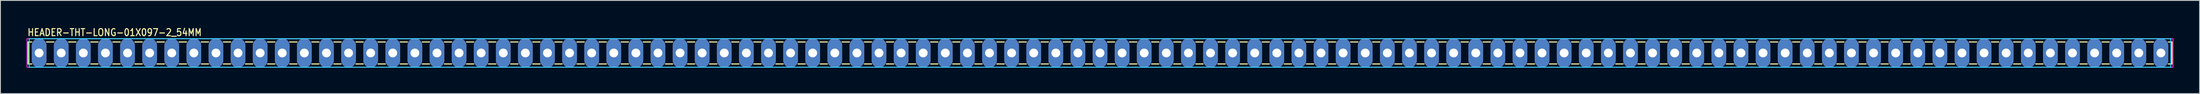
<source format=kicad_pcb>
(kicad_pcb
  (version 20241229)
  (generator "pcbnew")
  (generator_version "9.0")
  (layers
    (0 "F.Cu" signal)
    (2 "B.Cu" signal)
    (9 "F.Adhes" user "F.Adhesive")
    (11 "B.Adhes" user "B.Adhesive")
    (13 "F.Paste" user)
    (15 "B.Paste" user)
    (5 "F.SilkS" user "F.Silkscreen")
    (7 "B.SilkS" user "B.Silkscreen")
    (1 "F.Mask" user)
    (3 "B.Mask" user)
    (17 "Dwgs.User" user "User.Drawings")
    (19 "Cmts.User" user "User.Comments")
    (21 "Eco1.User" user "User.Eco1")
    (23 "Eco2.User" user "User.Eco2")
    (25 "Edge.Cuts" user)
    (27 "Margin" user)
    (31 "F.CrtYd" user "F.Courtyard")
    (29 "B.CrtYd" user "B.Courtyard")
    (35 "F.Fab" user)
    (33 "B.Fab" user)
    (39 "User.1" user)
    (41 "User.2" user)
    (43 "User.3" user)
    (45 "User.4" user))
  (footprint "HEADER-THT-LONG-01X097-2_54MM"
    (layer "F.Cu")
    (at 1.447 3.079)
    (property "Reference" "HEADER-THT-LONG-01X097-2_54MM" (at -1.4 -1.9 0) (unlocked yes) (layer "F.SilkS") (effects (font (size 0.813 0.695) (thickness 0.122)) (justify left bottom)))
    (fp_line (start -1.27 -1.27) (end -1.27 1.27) (stroke (width 0.127) (type solid)) (layer "F.SilkS"))
    (fp_line (start -1.27 1.27) (end -0.85 1.27) (stroke (width 0.127) (type solid)) (layer "F.SilkS"))
    (fp_line (start -0.85 -1.27) (end -1.27 -1.27) (stroke (width 0.127) (type solid)) (layer "F.SilkS"))
    (fp_line (start 0.85 -1.27) (end 1.69 -1.27) (stroke (width 0.127) (type solid)) (layer "F.SilkS"))
    (fp_line (start 0.85 1.27) (end 1.69 1.27) (stroke (width 0.127) (type solid)) (layer "F.SilkS"))
    (fp_line (start 3.39 -1.27) (end 4.23 -1.27) (stroke (width 0.127) (type solid)) (layer "F.SilkS"))
    (fp_line (start 3.39 1.27) (end 4.23 1.27) (stroke (width 0.127) (type solid)) (layer "F.SilkS"))
    (fp_line (start 5.93 -1.27) (end 6.77 -1.27) (stroke (width 0.127) (type solid)) (layer "F.SilkS"))
    (fp_line (start 5.93 1.27) (end 6.77 1.27) (stroke (width 0.127) (type solid)) (layer "F.SilkS"))
    (fp_line (start 8.47 -1.27) (end 9.31 -1.27) (stroke (width 0.127) (type solid)) (layer "F.SilkS"))
    (fp_line (start 8.47 1.27) (end 9.31 1.27) (stroke (width 0.127) (type solid)) (layer "F.SilkS"))
    (fp_line (start 11.01 -1.27) (end 11.85 -1.27) (stroke (width 0.127) (type solid)) (layer "F.SilkS"))
    (fp_line (start 11.01 1.27) (end 11.85 1.27) (stroke (width 0.127) (type solid)) (layer "F.SilkS"))
    (fp_line (start 13.55 -1.27) (end 14.39 -1.27) (stroke (width 0.127) (type solid)) (layer "F.SilkS"))
    (fp_line (start 13.55 1.27) (end 14.39 1.27) (stroke (width 0.127) (type solid)) (layer "F.SilkS"))
    (fp_line (start 16.09 -1.27) (end 16.93 -1.27) (stroke (width 0.127) (type solid)) (layer "F.SilkS"))
    (fp_line (start 16.09 1.27) (end 16.93 1.27) (stroke (width 0.127) (type solid)) (layer "F.SilkS"))
    (fp_line (start 18.63 -1.27) (end 19.47 -1.27) (stroke (width 0.127) (type solid)) (layer "F.SilkS"))
    (fp_line (start 18.63 1.27) (end 19.47 1.27) (stroke (width 0.127) (type solid)) (layer "F.SilkS"))
    (fp_line (start 21.17 -1.27) (end 22.01 -1.27) (stroke (width 0.127) (type solid)) (layer "F.SilkS"))
    (fp_line (start 21.17 1.27) (end 22.01 1.27) (stroke (width 0.127) (type solid)) (layer "F.SilkS"))
    (fp_line (start 23.71 -1.27) (end 24.55 -1.27) (stroke (width 0.127) (type solid)) (layer "F.SilkS"))
    (fp_line (start 23.71 1.27) (end 24.55 1.27) (stroke (width 0.127) (type solid)) (layer "F.SilkS"))
    (fp_line (start 26.25 -1.27) (end 27.09 -1.27) (stroke (width 0.127) (type solid)) (layer "F.SilkS"))
    (fp_line (start 26.25 1.27) (end 27.09 1.27) (stroke (width 0.127) (type solid)) (layer "F.SilkS"))
    (fp_line (start 28.79 -1.27) (end 29.63 -1.27) (stroke (width 0.127) (type solid)) (layer "F.SilkS"))
    (fp_line (start 28.79 1.27) (end 29.63 1.27) (stroke (width 0.127) (type solid)) (layer "F.SilkS"))
    (fp_line (start 31.33 -1.27) (end 32.17 -1.27) (stroke (width 0.127) (type solid)) (layer "F.SilkS"))
    (fp_line (start 31.33 1.27) (end 32.17 1.27) (stroke (width 0.127) (type solid)) (layer "F.SilkS"))
    (fp_line (start 33.87 -1.27) (end 34.71 -1.27) (stroke (width 0.127) (type solid)) (layer "F.SilkS"))
    (fp_line (start 33.87 1.27) (end 34.71 1.27) (stroke (width 0.127) (type solid)) (layer "F.SilkS"))
    (fp_line (start 36.41 -1.27) (end 37.25 -1.27) (stroke (width 0.127) (type solid)) (layer "F.SilkS"))
    (fp_line (start 36.41 1.27) (end 37.25 1.27) (stroke (width 0.127) (type solid)) (layer "F.SilkS"))
    (fp_line (start 38.95 -1.27) (end 39.79 -1.27) (stroke (width 0.127) (type solid)) (layer "F.SilkS"))
    (fp_line (start 38.95 1.27) (end 39.79 1.27) (stroke (width 0.127) (type solid)) (layer "F.SilkS"))
    (fp_line (start 41.49 -1.27) (end 42.33 -1.27) (stroke (width 0.127) (type solid)) (layer "F.SilkS"))
    (fp_line (start 41.49 1.27) (end 42.33 1.27) (stroke (width 0.127) (type solid)) (layer "F.SilkS"))
    (fp_line (start 44.03 -1.27) (end 44.87 -1.27) (stroke (width 0.127) (type solid)) (layer "F.SilkS"))
    (fp_line (start 44.03 1.27) (end 44.87 1.27) (stroke (width 0.127) (type solid)) (layer "F.SilkS"))
    (fp_line (start 46.57 -1.27) (end 47.41 -1.27) (stroke (width 0.127) (type solid)) (layer "F.SilkS"))
    (fp_line (start 46.57 1.27) (end 47.41 1.27) (stroke (width 0.127) (type solid)) (layer "F.SilkS"))
    (fp_line (start 49.11 -1.27) (end 49.95 -1.27) (stroke (width 0.127) (type solid)) (layer "F.SilkS"))
    (fp_line (start 49.11 1.27) (end 49.95 1.27) (stroke (width 0.127) (type solid)) (layer "F.SilkS"))
    (fp_line (start 51.65 -1.27) (end 52.49 -1.27) (stroke (width 0.127) (type solid)) (layer "F.SilkS"))
    (fp_line (start 51.65 1.27) (end 52.49 1.27) (stroke (width 0.127) (type solid)) (layer "F.SilkS"))
    (fp_line (start 54.19 -1.27) (end 55.03 -1.27) (stroke (width 0.127) (type solid)) (layer "F.SilkS"))
    (fp_line (start 54.19 1.27) (end 55.03 1.27) (stroke (width 0.127) (type solid)) (layer "F.SilkS"))
    (fp_line (start 56.73 -1.27) (end 57.57 -1.27) (stroke (width 0.127) (type solid)) (layer "F.SilkS"))
    (fp_line (start 56.73 1.27) (end 57.57 1.27) (stroke (width 0.127) (type solid)) (layer "F.SilkS"))
    (fp_line (start 59.27 -1.27) (end 60.11 -1.27) (stroke (width 0.127) (type solid)) (layer "F.SilkS"))
    (fp_line (start 59.27 1.27) (end 60.11 1.27) (stroke (width 0.127) (type solid)) (layer "F.SilkS"))
    (fp_line (start 61.81 -1.27) (end 62.65 -1.27) (stroke (width 0.127) (type solid)) (layer "F.SilkS"))
    (fp_line (start 61.81 1.27) (end 62.65 1.27) (stroke (width 0.127) (type solid)) (layer "F.SilkS"))
    (fp_line (start 64.35 -1.27) (end 65.19 -1.27) (stroke (width 0.127) (type solid)) (layer "F.SilkS"))
    (fp_line (start 64.35 1.27) (end 65.19 1.27) (stroke (width 0.127) (type solid)) (layer "F.SilkS"))
    (fp_line (start 66.89 -1.27) (end 67.73 -1.27) (stroke (width 0.127) (type solid)) (layer "F.SilkS"))
    (fp_line (start 66.89 1.27) (end 67.73 1.27) (stroke (width 0.127) (type solid)) (layer "F.SilkS"))
    (fp_line (start 69.43 -1.27) (end 70.27 -1.27) (stroke (width 0.127) (type solid)) (layer "F.SilkS"))
    (fp_line (start 69.43 1.27) (end 70.27 1.27) (stroke (width 0.127) (type solid)) (layer "F.SilkS"))
    (fp_line (start 71.97 -1.27) (end 72.81 -1.27) (stroke (width 0.127) (type solid)) (layer "F.SilkS"))
    (fp_line (start 71.97 1.27) (end 72.81 1.27) (stroke (width 0.127) (type solid)) (layer "F.SilkS"))
    (fp_line (start 74.51 -1.27) (end 75.35 -1.27) (stroke (width 0.127) (type solid)) (layer "F.SilkS"))
    (fp_line (start 74.51 1.27) (end 75.35 1.27) (stroke (width 0.127) (type solid)) (layer "F.SilkS"))
    (fp_line (start 77.05 -1.27) (end 77.89 -1.27) (stroke (width 0.127) (type solid)) (layer "F.SilkS"))
    (fp_line (start 77.05 1.27) (end 77.89 1.27) (stroke (width 0.127) (type solid)) (layer "F.SilkS"))
    (fp_line (start 79.59 -1.27) (end 80.43 -1.27) (stroke (width 0.127) (type solid)) (layer "F.SilkS"))
    (fp_line (start 79.59 1.27) (end 80.43 1.27) (stroke (width 0.127) (type solid)) (layer "F.SilkS"))
    (fp_line (start 82.13 -1.27) (end 82.97 -1.27) (stroke (width 0.127) (type solid)) (layer "F.SilkS"))
    (fp_line (start 82.13 1.27) (end 82.97 1.27) (stroke (width 0.127) (type solid)) (layer "F.SilkS"))
    (fp_line (start 84.67 -1.27) (end 85.51 -1.27) (stroke (width 0.127) (type solid)) (layer "F.SilkS"))
    (fp_line (start 84.67 1.27) (end 85.51 1.27) (stroke (width 0.127) (type solid)) (layer "F.SilkS"))
    (fp_line (start 87.21 -1.27) (end 88.05 -1.27) (stroke (width 0.127) (type solid)) (layer "F.SilkS"))
    (fp_line (start 87.21 1.27) (end 88.05 1.27) (stroke (width 0.127) (type solid)) (layer "F.SilkS"))
    (fp_line (start 89.75 -1.27) (end 90.59 -1.27) (stroke (width 0.127) (type solid)) (layer "F.SilkS"))
    (fp_line (start 89.75 1.27) (end 90.59 1.27) (stroke (width 0.127) (type solid)) (layer "F.SilkS"))
    (fp_line (start 92.29 -1.27) (end 93.13 -1.27) (stroke (width 0.127) (type solid)) (layer "F.SilkS"))
    (fp_line (start 92.29 1.27) (end 93.13 1.27) (stroke (width 0.127) (type solid)) (layer "F.SilkS"))
    (fp_line (start 94.83 -1.27) (end 95.67 -1.27) (stroke (width 0.127) (type solid)) (layer "F.SilkS"))
    (fp_line (start 94.83 1.27) (end 95.67 1.27) (stroke (width 0.127) (type solid)) (layer "F.SilkS"))
    (fp_line (start 97.37 -1.27) (end 98.21 -1.27) (stroke (width 0.127) (type solid)) (layer "F.SilkS"))
    (fp_line (start 97.37 1.27) (end 98.21 1.27) (stroke (width 0.127) (type solid)) (layer "F.SilkS"))
    (fp_line (start 99.91 -1.27) (end 100.75 -1.27) (stroke (width 0.127) (type solid)) (layer "F.SilkS"))
    (fp_line (start 99.91 1.27) (end 100.75 1.27) (stroke (width 0.127) (type solid)) (layer "F.SilkS"))
    (fp_line (start 102.45 -1.27) (end 103.29 -1.27) (stroke (width 0.127) (type solid)) (layer "F.SilkS"))
    (fp_line (start 102.45 1.27) (end 103.29 1.27) (stroke (width 0.127) (type solid)) (layer "F.SilkS"))
    (fp_line (start 104.99 -1.27) (end 105.83 -1.27) (stroke (width 0.127) (type solid)) (layer "F.SilkS"))
    (fp_line (start 104.99 1.27) (end 105.83 1.27) (stroke (width 0.127) (type solid)) (layer "F.SilkS"))
    (fp_line (start 107.53 -1.27) (end 108.37 -1.27) (stroke (width 0.127) (type solid)) (layer "F.SilkS"))
    (fp_line (start 107.53 1.27) (end 108.37 1.27) (stroke (width 0.127) (type solid)) (layer "F.SilkS"))
    (fp_line (start 110.07 -1.27) (end 110.91 -1.27) (stroke (width 0.127) (type solid)) (layer "F.SilkS"))
    (fp_line (start 110.07 1.27) (end 110.91 1.27) (stroke (width 0.127) (type solid)) (layer "F.SilkS"))
    (fp_line (start 112.61 -1.27) (end 113.45 -1.27) (stroke (width 0.127) (type solid)) (layer "F.SilkS"))
    (fp_line (start 112.61 1.27) (end 113.45 1.27) (stroke (width 0.127) (type solid)) (layer "F.SilkS"))
    (fp_line (start 115.15 -1.27) (end 115.99 -1.27) (stroke (width 0.127) (type solid)) (layer "F.SilkS"))
    (fp_line (start 115.15 1.27) (end 115.99 1.27) (stroke (width 0.127) (type solid)) (layer "F.SilkS"))
    (fp_line (start 117.69 -1.27) (end 118.53 -1.27) (stroke (width 0.127) (type solid)) (layer "F.SilkS"))
    (fp_line (start 117.69 1.27) (end 118.53 1.27) (stroke (width 0.127) (type solid)) (layer "F.SilkS"))
    (fp_line (start 120.23 -1.27) (end 121.07 -1.27) (stroke (width 0.127) (type solid)) (layer "F.SilkS"))
    (fp_line (start 120.23 1.27) (end 121.07 1.27) (stroke (width 0.127) (type solid)) (layer "F.SilkS"))
    (fp_line (start 122.77 -1.27) (end 123.61 -1.27) (stroke (width 0.127) (type solid)) (layer "F.SilkS"))
    (fp_line (start 122.77 1.27) (end 123.61 1.27) (stroke (width 0.127) (type solid)) (layer "F.SilkS"))
    (fp_line (start 125.31 -1.27) (end 126.15 -1.27) (stroke (width 0.127) (type solid)) (layer "F.SilkS"))
    (fp_line (start 125.31 1.27) (end 126.15 1.27) (stroke (width 0.127) (type solid)) (layer "F.SilkS"))
    (fp_line (start 127.85 -1.27) (end 128.69 -1.27) (stroke (width 0.127) (type solid)) (layer "F.SilkS"))
    (fp_line (start 127.85 1.27) (end 128.69 1.27) (stroke (width 0.127) (type solid)) (layer "F.SilkS"))
    (fp_line (start 130.39 -1.27) (end 131.23 -1.27) (stroke (width 0.127) (type solid)) (layer "F.SilkS"))
    (fp_line (start 130.39 1.27) (end 131.23 1.27) (stroke (width 0.127) (type solid)) (layer "F.SilkS"))
    (fp_line (start 132.93 -1.27) (end 133.77 -1.27) (stroke (width 0.127) (type solid)) (layer "F.SilkS"))
    (fp_line (start 132.93 1.27) (end 133.77 1.27) (stroke (width 0.127) (type solid)) (layer "F.SilkS"))
    (fp_line (start 135.47 -1.27) (end 136.31 -1.27) (stroke (width 0.127) (type solid)) (layer "F.SilkS"))
    (fp_line (start 135.47 1.27) (end 136.31 1.27) (stroke (width 0.127) (type solid)) (layer "F.SilkS"))
    (fp_line (start 138.01 -1.27) (end 138.85 -1.27) (stroke (width 0.127) (type solid)) (layer "F.SilkS"))
    (fp_line (start 138.01 1.27) (end 138.85 1.27) (stroke (width 0.127) (type solid)) (layer "F.SilkS"))
    (fp_line (start 140.55 -1.27) (end 141.39 -1.27) (stroke (width 0.127) (type solid)) (layer "F.SilkS"))
    (fp_line (start 140.55 1.27) (end 141.39 1.27) (stroke (width 0.127) (type solid)) (layer "F.SilkS"))
    (fp_line (start 143.09 -1.27) (end 143.93 -1.27) (stroke (width 0.127) (type solid)) (layer "F.SilkS"))
    (fp_line (start 143.09 1.27) (end 143.93 1.27) (stroke (width 0.127) (type solid)) (layer "F.SilkS"))
    (fp_line (start 145.63 -1.27) (end 146.47 -1.27) (stroke (width 0.127) (type solid)) (layer "F.SilkS"))
    (fp_line (start 145.63 1.27) (end 146.47 1.27) (stroke (width 0.127) (type solid)) (layer "F.SilkS"))
    (fp_line (start 148.17 -1.27) (end 149.01 -1.27) (stroke (width 0.127) (type solid)) (layer "F.SilkS"))
    (fp_line (start 148.17 1.27) (end 149.01 1.27) (stroke (width 0.127) (type solid)) (layer "F.SilkS"))
    (fp_line (start 150.71 -1.27) (end 151.55 -1.27) (stroke (width 0.127) (type solid)) (layer "F.SilkS"))
    (fp_line (start 150.71 1.27) (end 151.55 1.27) (stroke (width 0.127) (type solid)) (layer "F.SilkS"))
    (fp_line (start 153.25 -1.27) (end 154.09 -1.27) (stroke (width 0.127) (type solid)) (layer "F.SilkS"))
    (fp_line (start 153.25 1.27) (end 154.09 1.27) (stroke (width 0.127) (type solid)) (layer "F.SilkS"))
    (fp_line (start 155.79 -1.27) (end 156.63 -1.27) (stroke (width 0.127) (type solid)) (layer "F.SilkS"))
    (fp_line (start 155.79 1.27) (end 156.63 1.27) (stroke (width 0.127) (type solid)) (layer "F.SilkS"))
    (fp_line (start 158.33 -1.27) (end 159.17 -1.27) (stroke (width 0.127) (type solid)) (layer "F.SilkS"))
    (fp_line (start 158.33 1.27) (end 159.17 1.27) (stroke (width 0.127) (type solid)) (layer "F.SilkS"))
    (fp_line (start 160.87 -1.27) (end 161.71 -1.27) (stroke (width 0.127) (type solid)) (layer "F.SilkS"))
    (fp_line (start 160.87 1.27) (end 161.71 1.27) (stroke (width 0.127) (type solid)) (layer "F.SilkS"))
    (fp_line (start 163.41 -1.27) (end 164.25 -1.27) (stroke (width 0.127) (type solid)) (layer "F.SilkS"))
    (fp_line (start 163.41 1.27) (end 164.25 1.27) (stroke (width 0.127) (type solid)) (layer "F.SilkS"))
    (fp_line (start 165.95 -1.27) (end 166.79 -1.27) (stroke (width 0.127) (type solid)) (layer "F.SilkS"))
    (fp_line (start 165.95 1.27) (end 166.79 1.27) (stroke (width 0.127) (type solid)) (layer "F.SilkS"))
    (fp_line (start 168.49 -1.27) (end 169.33 -1.27) (stroke (width 0.127) (type solid)) (layer "F.SilkS"))
    (fp_line (start 168.49 1.27) (end 169.33 1.27) (stroke (width 0.127) (type solid)) (layer "F.SilkS"))
    (fp_line (start 171.03 -1.27) (end 171.87 -1.27) (stroke (width 0.127) (type solid)) (layer "F.SilkS"))
    (fp_line (start 171.03 1.27) (end 171.87 1.27) (stroke (width 0.127) (type solid)) (layer "F.SilkS"))
    (fp_line (start 173.57 -1.27) (end 174.41 -1.27) (stroke (width 0.127) (type solid)) (layer "F.SilkS"))
    (fp_line (start 173.57 1.27) (end 174.41 1.27) (stroke (width 0.127) (type solid)) (layer "F.SilkS"))
    (fp_line (start 176.11 -1.27) (end 176.95 -1.27) (stroke (width 0.127) (type solid)) (layer "F.SilkS"))
    (fp_line (start 176.11 1.27) (end 176.95 1.27) (stroke (width 0.127) (type solid)) (layer "F.SilkS"))
    (fp_line (start 178.65 -1.27) (end 179.49 -1.27) (stroke (width 0.127) (type solid)) (layer "F.SilkS"))
    (fp_line (start 178.65 1.27) (end 179.49 1.27) (stroke (width 0.127) (type solid)) (layer "F.SilkS"))
    (fp_line (start 181.19 -1.27) (end 182.03 -1.27) (stroke (width 0.127) (type solid)) (layer "F.SilkS"))
    (fp_line (start 181.19 1.27) (end 182.03 1.27) (stroke (width 0.127) (type solid)) (layer "F.SilkS"))
    (fp_line (start 183.73 -1.27) (end 184.57 -1.27) (stroke (width 0.127) (type solid)) (layer "F.SilkS"))
    (fp_line (start 183.73 1.27) (end 184.57 1.27) (stroke (width 0.127) (type solid)) (layer "F.SilkS"))
    (fp_line (start 186.27 -1.27) (end 187.11 -1.27) (stroke (width 0.127) (type solid)) (layer "F.SilkS"))
    (fp_line (start 186.27 1.27) (end 187.11 1.27) (stroke (width 0.127) (type solid)) (layer "F.SilkS"))
    (fp_line (start 188.81 -1.27) (end 189.65 -1.27) (stroke (width 0.127) (type solid)) (layer "F.SilkS"))
    (fp_line (start 188.81 1.27) (end 189.65 1.27) (stroke (width 0.127) (type solid)) (layer "F.SilkS"))
    (fp_line (start 191.35 -1.27) (end 192.19 -1.27) (stroke (width 0.127) (type solid)) (layer "F.SilkS"))
    (fp_line (start 191.35 1.27) (end 192.19 1.27) (stroke (width 0.127) (type solid)) (layer "F.SilkS"))
    (fp_line (start 193.89 -1.27) (end 194.73 -1.27) (stroke (width 0.127) (type solid)) (layer "F.SilkS"))
    (fp_line (start 193.89 1.27) (end 194.73 1.27) (stroke (width 0.127) (type solid)) (layer "F.SilkS"))
    (fp_line (start 196.43 -1.27) (end 197.27 -1.27) (stroke (width 0.127) (type solid)) (layer "F.SilkS"))
    (fp_line (start 196.43 1.27) (end 197.27 1.27) (stroke (width 0.127) (type solid)) (layer "F.SilkS"))
    (fp_line (start 198.97 -1.27) (end 199.81 -1.27) (stroke (width 0.127) (type solid)) (layer "F.SilkS"))
    (fp_line (start 198.97 1.27) (end 199.81 1.27) (stroke (width 0.127) (type solid)) (layer "F.SilkS"))
    (fp_line (start 201.51 -1.27) (end 202.35 -1.27) (stroke (width 0.127) (type solid)) (layer "F.SilkS"))
    (fp_line (start 201.51 1.27) (end 202.35 1.27) (stroke (width 0.127) (type solid)) (layer "F.SilkS"))
    (fp_line (start 204.05 -1.27) (end 204.89 -1.27) (stroke (width 0.127) (type solid)) (layer "F.SilkS"))
    (fp_line (start 204.05 1.27) (end 204.89 1.27) (stroke (width 0.127) (type solid)) (layer "F.SilkS"))
    (fp_line (start 206.59 -1.27) (end 207.43 -1.27) (stroke (width 0.127) (type solid)) (layer "F.SilkS"))
    (fp_line (start 206.59 1.27) (end 207.43 1.27) (stroke (width 0.127) (type solid)) (layer "F.SilkS"))
    (fp_line (start 209.13 -1.27) (end 209.97 -1.27) (stroke (width 0.127) (type solid)) (layer "F.SilkS"))
    (fp_line (start 209.13 1.27) (end 209.97 1.27) (stroke (width 0.127) (type solid)) (layer "F.SilkS"))
    (fp_line (start 211.67 -1.27) (end 212.51 -1.27) (stroke (width 0.127) (type solid)) (layer "F.SilkS"))
    (fp_line (start 211.67 1.27) (end 212.51 1.27) (stroke (width 0.127) (type solid)) (layer "F.SilkS"))
    (fp_line (start 214.21 -1.27) (end 215.05 -1.27) (stroke (width 0.127) (type solid)) (layer "F.SilkS"))
    (fp_line (start 214.21 1.27) (end 215.05 1.27) (stroke (width 0.127) (type solid)) (layer "F.SilkS"))
    (fp_line (start 216.75 -1.27) (end 217.59 -1.27) (stroke (width 0.127) (type solid)) (layer "F.SilkS"))
    (fp_line (start 216.75 1.27) (end 217.59 1.27) (stroke (width 0.127) (type solid)) (layer "F.SilkS"))
    (fp_line (start 219.29 -1.27) (end 220.13 -1.27) (stroke (width 0.127) (type solid)) (layer "F.SilkS"))
    (fp_line (start 219.29 1.27) (end 220.13 1.27) (stroke (width 0.127) (type solid)) (layer "F.SilkS"))
    (fp_line (start 221.83 -1.27) (end 222.67 -1.27) (stroke (width 0.127) (type solid)) (layer "F.SilkS"))
    (fp_line (start 221.83 1.27) (end 222.67 1.27) (stroke (width 0.127) (type solid)) (layer "F.SilkS"))
    (fp_line (start 224.37 -1.27) (end 225.21 -1.27) (stroke (width 0.127) (type solid)) (layer "F.SilkS"))
    (fp_line (start 224.37 1.27) (end 225.21 1.27) (stroke (width 0.127) (type solid)) (layer "F.SilkS"))
    (fp_line (start 226.91 -1.27) (end 227.75 -1.27) (stroke (width 0.127) (type solid)) (layer "F.SilkS"))
    (fp_line (start 226.91 1.27) (end 227.75 1.27) (stroke (width 0.127) (type solid)) (layer "F.SilkS"))
    (fp_line (start 229.45 -1.27) (end 230.29 -1.27) (stroke (width 0.127) (type solid)) (layer "F.SilkS"))
    (fp_line (start 229.45 1.27) (end 230.29 1.27) (stroke (width 0.127) (type solid)) (layer "F.SilkS"))
    (fp_line (start 231.99 -1.27) (end 232.83 -1.27) (stroke (width 0.127) (type solid)) (layer "F.SilkS"))
    (fp_line (start 231.99 1.27) (end 232.83 1.27) (stroke (width 0.127) (type solid)) (layer "F.SilkS"))
    (fp_line (start 234.53 -1.27) (end 235.37 -1.27) (stroke (width 0.127) (type solid)) (layer "F.SilkS"))
    (fp_line (start 234.53 1.27) (end 235.37 1.27) (stroke (width 0.127) (type solid)) (layer "F.SilkS"))
    (fp_line (start 237.07 -1.27) (end 237.91 -1.27) (stroke (width 0.127) (type solid)) (layer "F.SilkS"))
    (fp_line (start 237.07 1.27) (end 237.91 1.27) (stroke (width 0.127) (type solid)) (layer "F.SilkS"))
    (fp_line (start 239.61 -1.27) (end 240.45 -1.27) (stroke (width 0.127) (type solid)) (layer "F.SilkS"))
    (fp_line (start 239.61 1.27) (end 240.45 1.27) (stroke (width 0.127) (type solid)) (layer "F.SilkS"))
    (fp_line (start 242.15 -1.27) (end 242.99 -1.27) (stroke (width 0.127) (type solid)) (layer "F.SilkS"))
    (fp_line (start 242.15 1.27) (end 242.99 1.27) (stroke (width 0.127) (type solid)) (layer "F.SilkS"))
    (fp_line (start 244.69 -1.27) (end 245.11 -1.27) (stroke (width 0.127) (type solid)) (layer "F.SilkS"))
    (fp_line (start 245.11 -1.27) (end 245.11 1.27) (stroke (width 0.127) (type solid)) (layer "F.SilkS"))
    (fp_line (start 245.11 1.27) (end 244.69 1.27) (stroke (width 0.127) (type solid)) (layer "F.SilkS"))
    (fp_poly (pts (xy -1.143 -1.651) (xy 244.983 -1.651) (xy 244.983 1.651) (xy -1.143 1.651)) (stroke (width 0.1) (type solid)) (fill no) (layer "B.CrtYd"))
    (fp_poly (pts (xy -1.397 -1.651) (xy 245.237 -1.651) (xy 245.237 1.651) (xy -1.397 1.651)) (stroke (width 0.1) (type solid)) (fill no) (layer "F.CrtYd"))
    (pad "1" thru_hole oval (at 0 0 90) (size 3.387 1.693) (drill 1.016) (layers "*.Cu" "*.Mask"))
    (pad "2" thru_hole oval (at 2.54 0 90) (size 3.387 1.693) (drill 1.016) (layers "*.Cu" "*.Mask"))
    (pad "3" thru_hole oval (at 5.08 0 90) (size 3.387 1.693) (drill 1.016) (layers "*.Cu" "*.Mask"))
    (pad "4" thru_hole oval (at 7.62 0 90) (size 3.387 1.693) (drill 1.016) (layers "*.Cu" "*.Mask"))
    (pad "5" thru_hole oval (at 10.16 0 90) (size 3.387 1.693) (drill 1.016) (layers "*.Cu" "*.Mask"))
    (pad "6" thru_hole oval (at 12.7 0 90) (size 3.387 1.693) (drill 1.016) (layers "*.Cu" "*.Mask"))
    (pad "7" thru_hole oval (at 15.24 0 90) (size 3.387 1.693) (drill 1.016) (layers "*.Cu" "*.Mask"))
    (pad "8" thru_hole oval (at 17.78 0 90) (size 3.387 1.693) (drill 1.016) (layers "*.Cu" "*.Mask"))
    (pad "9" thru_hole oval (at 20.32 0 90) (size 3.387 1.693) (drill 1.016) (layers "*.Cu" "*.Mask"))
    (pad "10" thru_hole oval (at 22.86 0 90) (size 3.387 1.693) (drill 1.016) (layers "*.Cu" "*.Mask"))
    (pad "11" thru_hole oval (at 25.4 0 90) (size 3.387 1.693) (drill 1.016) (layers "*.Cu" "*.Mask"))
    (pad "12" thru_hole oval (at 27.94 0 90) (size 3.387 1.693) (drill 1.016) (layers "*.Cu" "*.Mask"))
    (pad "13" thru_hole oval (at 30.48 0 90) (size 3.387 1.693) (drill 1.016) (layers "*.Cu" "*.Mask"))
    (pad "14" thru_hole oval (at 33.02 0 90) (size 3.387 1.693) (drill 1.016) (layers "*.Cu" "*.Mask"))
    (pad "15" thru_hole oval (at 35.56 0 90) (size 3.387 1.693) (drill 1.016) (layers "*.Cu" "*.Mask"))
    (pad "16" thru_hole oval (at 38.1 0 90) (size 3.387 1.693) (drill 1.016) (layers "*.Cu" "*.Mask"))
    (pad "17" thru_hole oval (at 40.64 0 90) (size 3.387 1.693) (drill 1.016) (layers "*.Cu" "*.Mask"))
    (pad "18" thru_hole oval (at 43.18 0 90) (size 3.387 1.693) (drill 1.016) (layers "*.Cu" "*.Mask"))
    (pad "19" thru_hole oval (at 45.72 0 90) (size 3.387 1.693) (drill 1.016) (layers "*.Cu" "*.Mask"))
    (pad "20" thru_hole oval (at 48.26 0 90) (size 3.387 1.693) (drill 1.016) (layers "*.Cu" "*.Mask"))
    (pad "21" thru_hole oval (at 50.8 0 90) (size 3.387 1.693) (drill 1.016) (layers "*.Cu" "*.Mask"))
    (pad "22" thru_hole oval (at 53.34 0 90) (size 3.387 1.693) (drill 1.016) (layers "*.Cu" "*.Mask"))
    (pad "23" thru_hole oval (at 55.88 0 90) (size 3.387 1.693) (drill 1.016) (layers "*.Cu" "*.Mask"))
    (pad "24" thru_hole oval (at 58.42 0 90) (size 3.387 1.693) (drill 1.016) (layers "*.Cu" "*.Mask"))
    (pad "25" thru_hole oval (at 60.96 0 90) (size 3.387 1.693) (drill 1.016) (layers "*.Cu" "*.Mask"))
    (pad "26" thru_hole oval (at 63.5 0 90) (size 3.387 1.693) (drill 1.016) (layers "*.Cu" "*.Mask"))
    (pad "27" thru_hole oval (at 66.04 0 90) (size 3.387 1.693) (drill 1.016) (layers "*.Cu" "*.Mask"))
    (pad "28" thru_hole oval (at 68.58 0 90) (size 3.387 1.693) (drill 1.016) (layers "*.Cu" "*.Mask"))
    (pad "29" thru_hole oval (at 71.12 0 90) (size 3.387 1.693) (drill 1.016) (layers "*.Cu" "*.Mask"))
    (pad "30" thru_hole oval (at 73.66 0 90) (size 3.387 1.693) (drill 1.016) (layers "*.Cu" "*.Mask"))
    (pad "31" thru_hole oval (at 76.2 0 90) (size 3.387 1.693) (drill 1.016) (layers "*.Cu" "*.Mask"))
    (pad "32" thru_hole oval (at 78.74 0 90) (size 3.387 1.693) (drill 1.016) (layers "*.Cu" "*.Mask"))
    (pad "33" thru_hole oval (at 81.28 0 90) (size 3.387 1.693) (drill 1.016) (layers "*.Cu" "*.Mask"))
    (pad "34" thru_hole oval (at 83.82 0 90) (size 3.387 1.693) (drill 1.016) (layers "*.Cu" "*.Mask"))
    (pad "35" thru_hole oval (at 86.36 0 90) (size 3.387 1.693) (drill 1.016) (layers "*.Cu" "*.Mask"))
    (pad "36" thru_hole oval (at 88.9 0 90) (size 3.387 1.693) (drill 1.016) (layers "*.Cu" "*.Mask"))
    (pad "37" thru_hole oval (at 91.44 0 90) (size 3.387 1.693) (drill 1.016) (layers "*.Cu" "*.Mask"))
    (pad "38" thru_hole oval (at 93.98 0 90) (size 3.387 1.693) (drill 1.016) (layers "*.Cu" "*.Mask"))
    (pad "39" thru_hole oval (at 96.52 0 90) (size 3.387 1.693) (drill 1.016) (layers "*.Cu" "*.Mask"))
    (pad "40" thru_hole oval (at 99.06 0 90) (size 3.387 1.693) (drill 1.016) (layers "*.Cu" "*.Mask"))
    (pad "41" thru_hole oval (at 101.6 0 90) (size 3.387 1.693) (drill 1.016) (layers "*.Cu" "*.Mask"))
    (pad "42" thru_hole oval (at 104.14 0 90) (size 3.387 1.693) (drill 1.016) (layers "*.Cu" "*.Mask"))
    (pad "43" thru_hole oval (at 106.68 0 90) (size 3.387 1.693) (drill 1.016) (layers "*.Cu" "*.Mask"))
    (pad "44" thru_hole oval (at 109.22 0 90) (size 3.387 1.693) (drill 1.016) (layers "*.Cu" "*.Mask"))
    (pad "45" thru_hole oval (at 111.76 0 90) (size 3.387 1.693) (drill 1.016) (layers "*.Cu" "*.Mask"))
    (pad "46" thru_hole oval (at 114.3 0 90) (size 3.387 1.693) (drill 1.016) (layers "*.Cu" "*.Mask"))
    (pad "47" thru_hole oval (at 116.84 0 90) (size 3.387 1.693) (drill 1.016) (layers "*.Cu" "*.Mask"))
    (pad "48" thru_hole oval (at 119.38 0 90) (size 3.387 1.693) (drill 1.016) (layers "*.Cu" "*.Mask"))
    (pad "49" thru_hole oval (at 121.92 0 90) (size 3.387 1.693) (drill 1.016) (layers "*.Cu" "*.Mask"))
    (pad "50" thru_hole oval (at 124.46 0 90) (size 3.387 1.693) (drill 1.016) (layers "*.Cu" "*.Mask"))
    (pad "51" thru_hole oval (at 127 0 90) (size 3.387 1.693) (drill 1.016) (layers "*.Cu" "*.Mask"))
    (pad "52" thru_hole oval (at 129.54 0 90) (size 3.387 1.693) (drill 1.016) (layers "*.Cu" "*.Mask"))
    (pad "53" thru_hole oval (at 132.08 0 90) (size 3.387 1.693) (drill 1.016) (layers "*.Cu" "*.Mask"))
    (pad "54" thru_hole oval (at 134.62 0 90) (size 3.387 1.693) (drill 1.016) (layers "*.Cu" "*.Mask"))
    (pad "55" thru_hole oval (at 137.16 0 90) (size 3.387 1.693) (drill 1.016) (layers "*.Cu" "*.Mask"))
    (pad "56" thru_hole oval (at 139.7 0 90) (size 3.387 1.693) (drill 1.016) (layers "*.Cu" "*.Mask"))
    (pad "57" thru_hole oval (at 142.24 0 90) (size 3.387 1.693) (drill 1.016) (layers "*.Cu" "*.Mask"))
    (pad "58" thru_hole oval (at 144.78 0 90) (size 3.387 1.693) (drill 1.016) (layers "*.Cu" "*.Mask"))
    (pad "59" thru_hole oval (at 147.32 0 90) (size 3.387 1.693) (drill 1.016) (layers "*.Cu" "*.Mask"))
    (pad "60" thru_hole oval (at 149.86 0 90) (size 3.387 1.693) (drill 1.016) (layers "*.Cu" "*.Mask"))
    (pad "61" thru_hole oval (at 152.4 0 90) (size 3.387 1.693) (drill 1.016) (layers "*.Cu" "*.Mask"))
    (pad "62" thru_hole oval (at 154.94 0 90) (size 3.387 1.693) (drill 1.016) (layers "*.Cu" "*.Mask"))
    (pad "63" thru_hole oval (at 157.48 0 90) (size 3.387 1.693) (drill 1.016) (layers "*.Cu" "*.Mask"))
    (pad "64" thru_hole oval (at 160.02 0 90) (size 3.387 1.693) (drill 1.016) (layers "*.Cu" "*.Mask"))
    (pad "65" thru_hole oval (at 162.56 0 90) (size 3.387 1.693) (drill 1.016) (layers "*.Cu" "*.Mask"))
    (pad "66" thru_hole oval (at 165.1 0 90) (size 3.387 1.693) (drill 1.016) (layers "*.Cu" "*.Mask"))
    (pad "67" thru_hole oval (at 167.64 0 90) (size 3.387 1.693) (drill 1.016) (layers "*.Cu" "*.Mask"))
    (pad "68" thru_hole oval (at 170.18 0 90) (size 3.387 1.693) (drill 1.016) (layers "*.Cu" "*.Mask"))
    (pad "69" thru_hole oval (at 172.72 0 90) (size 3.387 1.693) (drill 1.016) (layers "*.Cu" "*.Mask"))
    (pad "70" thru_hole oval (at 175.26 0 90) (size 3.387 1.693) (drill 1.016) (layers "*.Cu" "*.Mask"))
    (pad "71" thru_hole oval (at 177.8 0 90) (size 3.387 1.693) (drill 1.016) (layers "*.Cu" "*.Mask"))
    (pad "72" thru_hole oval (at 180.34 0 90) (size 3.387 1.693) (drill 1.016) (layers "*.Cu" "*.Mask"))
    (pad "73" thru_hole oval (at 182.88 0 90) (size 3.387 1.693) (drill 1.016) (layers "*.Cu" "*.Mask"))
    (pad "74" thru_hole oval (at 185.42 0 90) (size 3.387 1.693) (drill 1.016) (layers "*.Cu" "*.Mask"))
    (pad "75" thru_hole oval (at 187.96 0 90) (size 3.387 1.693) (drill 1.016) (layers "*.Cu" "*.Mask"))
    (pad "76" thru_hole oval (at 190.5 0 90) (size 3.387 1.693) (drill 1.016) (layers "*.Cu" "*.Mask"))
    (pad "77" thru_hole oval (at 193.04 0 90) (size 3.387 1.693) (drill 1.016) (layers "*.Cu" "*.Mask"))
    (pad "78" thru_hole oval (at 195.58 0 90) (size 3.387 1.693) (drill 1.016) (layers "*.Cu" "*.Mask"))
    (pad "79" thru_hole oval (at 198.12 0 90) (size 3.387 1.693) (drill 1.016) (layers "*.Cu" "*.Mask"))
    (pad "80" thru_hole oval (at 200.66 0 90) (size 3.387 1.693) (drill 1.016) (layers "*.Cu" "*.Mask"))
    (pad "81" thru_hole oval (at 203.2 0 90) (size 3.387 1.693) (drill 1.016) (layers "*.Cu" "*.Mask"))
    (pad "82" thru_hole oval (at 205.74 0 90) (size 3.387 1.693) (drill 1.016) (layers "*.Cu" "*.Mask"))
    (pad "83" thru_hole oval (at 208.28 0 90) (size 3.387 1.693) (drill 1.016) (layers "*.Cu" "*.Mask"))
    (pad "84" thru_hole oval (at 210.82 0 90) (size 3.387 1.693) (drill 1.016) (layers "*.Cu" "*.Mask"))
    (pad "85" thru_hole oval (at 213.36 0 90) (size 3.387 1.693) (drill 1.016) (layers "*.Cu" "*.Mask"))
    (pad "86" thru_hole oval (at 215.9 0 90) (size 3.387 1.693) (drill 1.016) (layers "*.Cu" "*.Mask"))
    (pad "87" thru_hole oval (at 218.44 0 90) (size 3.387 1.693) (drill 1.016) (layers "*.Cu" "*.Mask"))
    (pad "88" thru_hole oval (at 220.98 0 90) (size 3.387 1.693) (drill 1.016) (layers "*.Cu" "*.Mask"))
    (pad "89" thru_hole oval (at 223.52 0 90) (size 3.387 1.693) (drill 1.016) (layers "*.Cu" "*.Mask"))
    (pad "90" thru_hole oval (at 226.06 0 90) (size 3.387 1.693) (drill 1.016) (layers "*.Cu" "*.Mask"))
    (pad "91" thru_hole oval (at 228.6 0 90) (size 3.387 1.693) (drill 1.016) (layers "*.Cu" "*.Mask"))
    (pad "92" thru_hole oval (at 231.14 0 90) (size 3.387 1.693) (drill 1.016) (layers "*.Cu" "*.Mask"))
    (pad "93" thru_hole oval (at 233.68 0 90) (size 3.387 1.693) (drill 1.016) (layers "*.Cu" "*.Mask"))
    (pad "94" thru_hole oval (at 236.22 0 90) (size 3.387 1.693) (drill 1.016) (layers "*.Cu" "*.Mask"))
    (pad "95" thru_hole oval (at 238.76 0 90) (size 3.387 1.693) (drill 1.016) (layers "*.Cu" "*.Mask"))
    (pad "96" thru_hole oval (at 241.3 0 90) (size 3.387 1.693) (drill 1.016) (layers "*.Cu" "*.Mask"))
    (pad "97" thru_hole oval (at 243.84 0 90) (size 3.387 1.693) (drill 1.016) (layers "*.Cu" "*.Mask")))
  (gr_rect
    (start -3 -3)
    (end 249.734 7.78)
    (stroke (width 0.1) (type default))
    (fill no)
    (layer "Edge.Cuts")))
</source>
